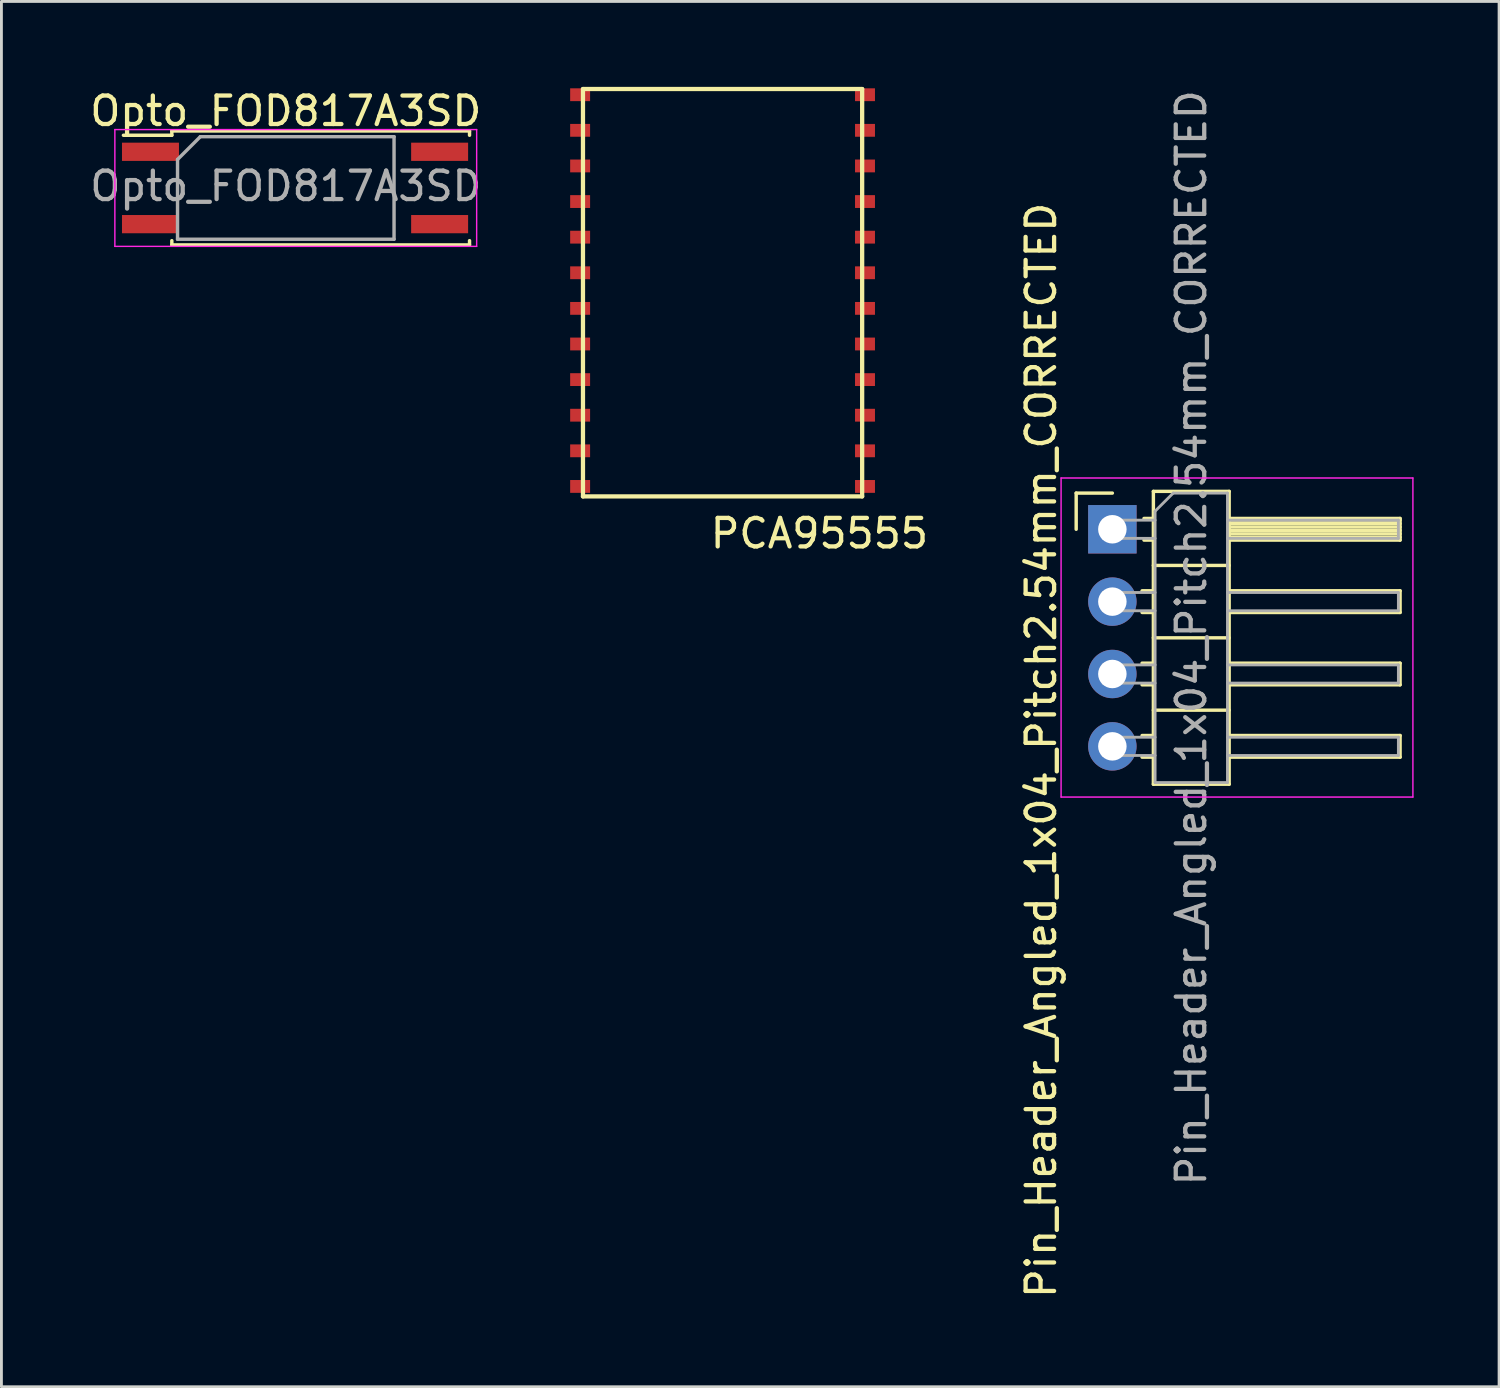
<source format=kicad_pcb>
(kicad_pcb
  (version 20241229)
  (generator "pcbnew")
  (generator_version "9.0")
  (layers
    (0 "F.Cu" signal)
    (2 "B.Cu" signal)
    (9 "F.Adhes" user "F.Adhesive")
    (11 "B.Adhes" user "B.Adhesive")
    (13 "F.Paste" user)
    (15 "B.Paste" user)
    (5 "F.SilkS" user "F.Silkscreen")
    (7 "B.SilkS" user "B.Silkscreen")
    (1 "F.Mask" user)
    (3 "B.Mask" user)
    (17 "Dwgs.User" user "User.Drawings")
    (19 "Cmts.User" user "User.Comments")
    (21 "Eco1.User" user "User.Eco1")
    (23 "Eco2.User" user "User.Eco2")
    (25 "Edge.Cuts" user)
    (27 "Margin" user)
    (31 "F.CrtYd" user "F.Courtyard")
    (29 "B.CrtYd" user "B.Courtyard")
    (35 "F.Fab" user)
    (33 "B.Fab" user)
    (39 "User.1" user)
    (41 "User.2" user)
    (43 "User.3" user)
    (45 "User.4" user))
  (footprint "Pin_Header_Angled_1x04_Pitch2.54mm_CORRECTED"
    (layer "F.Cu")
    (at 35.997 15.529)
    (property "Reference" "Pin_Header_Angled_1x04_Pitch2.54mm_CORRECTED" (at -2.5 7.76 90) (layer "F.SilkS") (effects (font (size 1 1) (thickness 0.15))))
    (attr through_hole)
    (fp_line (start -1.27 -1.27) (end 0 -1.27) (stroke (width 0.12) (type solid)) (layer "F.SilkS"))
    (fp_line (start -1.27 0) (end -1.27 -1.27) (stroke (width 0.12) (type solid)) (layer "F.SilkS"))
    (fp_line (start 1.043 2.16) (end 1.44 2.16) (stroke (width 0.12) (type solid)) (layer "F.SilkS"))
    (fp_line (start 1.043 2.92) (end 1.44 2.92) (stroke (width 0.12) (type solid)) (layer "F.SilkS"))
    (fp_line (start 1.043 4.7) (end 1.44 4.7) (stroke (width 0.12) (type solid)) (layer "F.SilkS"))
    (fp_line (start 1.043 5.46) (end 1.44 5.46) (stroke (width 0.12) (type solid)) (layer "F.SilkS"))
    (fp_line (start 1.043 7.24) (end 1.44 7.24) (stroke (width 0.12) (type solid)) (layer "F.SilkS"))
    (fp_line (start 1.043 8) (end 1.44 8) (stroke (width 0.12) (type solid)) (layer "F.SilkS"))
    (fp_line (start 1.11 -0.38) (end 1.44 -0.38) (stroke (width 0.12) (type solid)) (layer "F.SilkS"))
    (fp_line (start 1.11 0.38) (end 1.44 0.38) (stroke (width 0.12) (type solid)) (layer "F.SilkS"))
    (fp_line (start 1.44 -1.33) (end 1.44 8.95) (stroke (width 0.12) (type solid)) (layer "F.SilkS"))
    (fp_line (start 1.44 1.27) (end 4.1 1.27) (stroke (width 0.12) (type solid)) (layer "F.SilkS"))
    (fp_line (start 1.44 3.81) (end 4.1 3.81) (stroke (width 0.12) (type solid)) (layer "F.SilkS"))
    (fp_line (start 1.44 6.35) (end 4.1 6.35) (stroke (width 0.12) (type solid)) (layer "F.SilkS"))
    (fp_line (start 1.44 8.95) (end 4.1 8.95) (stroke (width 0.12) (type solid)) (layer "F.SilkS"))
    (fp_line (start 4.1 -1.33) (end 1.44 -1.33) (stroke (width 0.12) (type solid)) (layer "F.SilkS"))
    (fp_line (start 4.1 -0.38) (end 10.1 -0.38) (stroke (width 0.12) (type solid)) (layer "F.SilkS"))
    (fp_line (start 4.1 -0.32) (end 10.1 -0.32) (stroke (width 0.12) (type solid)) (layer "F.SilkS"))
    (fp_line (start 4.1 -0.2) (end 10.1 -0.2) (stroke (width 0.12) (type solid)) (layer "F.SilkS"))
    (fp_line (start 4.1 -0.08) (end 10.1 -0.08) (stroke (width 0.12) (type solid)) (layer "F.SilkS"))
    (fp_line (start 4.1 0.04) (end 10.1 0.04) (stroke (width 0.12) (type solid)) (layer "F.SilkS"))
    (fp_line (start 4.1 0.16) (end 10.1 0.16) (stroke (width 0.12) (type solid)) (layer "F.SilkS"))
    (fp_line (start 4.1 0.28) (end 10.1 0.28) (stroke (width 0.12) (type solid)) (layer "F.SilkS"))
    (fp_line (start 4.1 2.16) (end 10.1 2.16) (stroke (width 0.12) (type solid)) (layer "F.SilkS"))
    (fp_line (start 4.1 4.7) (end 10.1 4.7) (stroke (width 0.12) (type solid)) (layer "F.SilkS"))
    (fp_line (start 4.1 7.24) (end 10.1 7.24) (stroke (width 0.12) (type solid)) (layer "F.SilkS"))
    (fp_line (start 4.1 8.95) (end 4.1 -1.33) (stroke (width 0.12) (type solid)) (layer "F.SilkS"))
    (fp_line (start 10.1 -0.38) (end 10.1 0.38) (stroke (width 0.12) (type solid)) (layer "F.SilkS"))
    (fp_line (start 10.1 0.38) (end 4.1 0.38) (stroke (width 0.12) (type solid)) (layer "F.SilkS"))
    (fp_line (start 10.1 2.16) (end 10.1 2.92) (stroke (width 0.12) (type solid)) (layer "F.SilkS"))
    (fp_line (start 10.1 2.92) (end 4.1 2.92) (stroke (width 0.12) (type solid)) (layer "F.SilkS"))
    (fp_line (start 10.1 4.7) (end 10.1 5.46) (stroke (width 0.12) (type solid)) (layer "F.SilkS"))
    (fp_line (start 10.1 5.46) (end 4.1 5.46) (stroke (width 0.12) (type solid)) (layer "F.SilkS"))
    (fp_line (start 10.1 7.24) (end 10.1 8) (stroke (width 0.12) (type solid)) (layer "F.SilkS"))
    (fp_line (start 10.1 8) (end 4.1 8) (stroke (width 0.12) (type solid)) (layer "F.SilkS"))
    (fp_line (start -1.8 -1.8) (end -1.8 9.4) (stroke (width 0.05) (type solid)) (layer "F.CrtYd"))
    (fp_line (start -1.8 9.4) (end 10.55 9.4) (stroke (width 0.05) (type solid)) (layer "F.CrtYd"))
    (fp_line (start 10.55 -1.8) (end -1.8 -1.8) (stroke (width 0.05) (type solid)) (layer "F.CrtYd"))
    (fp_line (start 10.55 9.4) (end 10.55 -1.8) (stroke (width 0.05) (type solid)) (layer "F.CrtYd"))
    (fp_line (start -0.32 -0.32) (end -0.32 0.32) (stroke (width 0.1) (type solid)) (layer "F.Fab"))
    (fp_line (start -0.32 -0.32) (end 1.5 -0.32) (stroke (width 0.1) (type solid)) (layer "F.Fab"))
    (fp_line (start -0.32 0.32) (end 1.5 0.32) (stroke (width 0.1) (type solid)) (layer "F.Fab"))
    (fp_line (start -0.32 2.22) (end -0.32 2.86) (stroke (width 0.1) (type solid)) (layer "F.Fab"))
    (fp_line (start -0.32 2.22) (end 1.5 2.22) (stroke (width 0.1) (type solid)) (layer "F.Fab"))
    (fp_line (start -0.32 2.86) (end 1.5 2.86) (stroke (width 0.1) (type solid)) (layer "F.Fab"))
    (fp_line (start -0.32 4.76) (end -0.32 5.4) (stroke (width 0.1) (type solid)) (layer "F.Fab"))
    (fp_line (start -0.32 4.76) (end 1.5 4.76) (stroke (width 0.1) (type solid)) (layer "F.Fab"))
    (fp_line (start -0.32 5.4) (end 1.5 5.4) (stroke (width 0.1) (type solid)) (layer "F.Fab"))
    (fp_line (start -0.32 7.3) (end -0.32 7.94) (stroke (width 0.1) (type solid)) (layer "F.Fab"))
    (fp_line (start -0.32 7.3) (end 1.5 7.3) (stroke (width 0.1) (type solid)) (layer "F.Fab"))
    (fp_line (start -0.32 7.94) (end 1.5 7.94) (stroke (width 0.1) (type solid)) (layer "F.Fab"))
    (fp_line (start 1.5 -0.635) (end 2.135 -1.27) (stroke (width 0.1) (type solid)) (layer "F.Fab"))
    (fp_line (start 1.5 8.89) (end 1.5 -0.635) (stroke (width 0.1) (type solid)) (layer "F.Fab"))
    (fp_line (start 2.135 -1.27) (end 4.04 -1.27) (stroke (width 0.1) (type solid)) (layer "F.Fab"))
    (fp_line (start 4.04 -1.27) (end 4.04 8.89) (stroke (width 0.1) (type solid)) (layer "F.Fab"))
    (fp_line (start 4.04 -0.32) (end 10.04 -0.32) (stroke (width 0.1) (type solid)) (layer "F.Fab"))
    (fp_line (start 4.04 0.32) (end 10.04 0.32) (stroke (width 0.1) (type solid)) (layer "F.Fab"))
    (fp_line (start 4.04 2.22) (end 10.04 2.22) (stroke (width 0.1) (type solid)) (layer "F.Fab"))
    (fp_line (start 4.04 2.86) (end 10.04 2.86) (stroke (width 0.1) (type solid)) (layer "F.Fab"))
    (fp_line (start 4.04 4.76) (end 10.04 4.76) (stroke (width 0.1) (type solid)) (layer "F.Fab"))
    (fp_line (start 4.04 5.4) (end 10.04 5.4) (stroke (width 0.1) (type solid)) (layer "F.Fab"))
    (fp_line (start 4.04 7.3) (end 10.04 7.3) (stroke (width 0.1) (type solid)) (layer "F.Fab"))
    (fp_line (start 4.04 7.94) (end 10.04 7.94) (stroke (width 0.1) (type solid)) (layer "F.Fab"))
    (fp_line (start 4.04 8.89) (end 1.5 8.89) (stroke (width 0.1) (type solid)) (layer "F.Fab"))
    (fp_line (start 10.04 -0.32) (end 10.04 0.32) (stroke (width 0.1) (type solid)) (layer "F.Fab"))
    (fp_line (start 10.04 2.22) (end 10.04 2.86) (stroke (width 0.1) (type solid)) (layer "F.Fab"))
    (fp_line (start 10.04 4.76) (end 10.04 5.4) (stroke (width 0.1) (type solid)) (layer "F.Fab"))
    (fp_line (start 10.04 7.3) (end 10.04 7.94) (stroke (width 0.1) (type solid)) (layer "F.Fab"))
    (fp_text user "${REFERENCE}" (at 2.77 3.81 90) (layer "F.Fab") (effects (font (size 1 1) (thickness 0.15))))
    (pad "1" thru_hole rect (at 0 0) (size 1.7 1.7) (drill 1) (layers "*.Cu" "*.Mask"))
    (pad "2" thru_hole oval (at 0 2.54) (size 1.7 1.7) (drill 1) (layers "*.Cu" "*.Mask"))
    (pad "3" thru_hole oval (at 0 5.08) (size 1.7 1.7) (drill 1) (layers "*.Cu" "*.Mask"))
    (pad "4" thru_hole oval (at 0 7.62) (size 1.7 1.7) (drill 1) (layers "*.Cu" "*.Mask")))
  (footprint "Opto_FOD817A3SD"
    (layer "F.Cu")
    (at 6.982 3.548)
    (property "Reference" "Opto_FOD817A3SD" (at 0 -2.7 0) (layer "F.SilkS") (effects (font (size 1 1) (thickness 0.15))))
    (attr smd)
    (fp_line (start -4 -2) (end 6.45 -2) (stroke (width 0.12) (type solid)) (layer "F.SilkS"))
    (fp_line (start -4 -1.85) (end -5.7 -1.85) (stroke (width 0.12) (type solid)) (layer "F.SilkS"))
    (fp_line (start -4 -1.85) (end -4 -2) (stroke (width 0.12) (type solid)) (layer "F.SilkS"))
    (fp_line (start -4 2) (end -4 1.85) (stroke (width 0.12) (type solid)) (layer "F.SilkS"))
    (fp_line (start 6.45 -2) (end 6.45 -1.85) (stroke (width 0.12) (type solid)) (layer "F.SilkS"))
    (fp_line (start 6.45 1.85) (end 6.45 2) (stroke (width 0.12) (type solid)) (layer "F.SilkS"))
    (fp_line (start 6.45 2) (end -4 2) (stroke (width 0.12) (type solid)) (layer "F.SilkS"))
    (fp_line (start -6 -2.05) (end -6 2.05) (stroke (width 0.05) (type solid)) (layer "F.CrtYd"))
    (fp_line (start -6 -2.05) (end 6.7 -2.05) (stroke (width 0.05) (type solid)) (layer "F.CrtYd"))
    (fp_line (start 6.7 2.05) (end -6 2.05) (stroke (width 0.05) (type solid)) (layer "F.CrtYd"))
    (fp_line (start 6.7 2.05) (end 6.7 -2.05) (stroke (width 0.05) (type solid)) (layer "F.CrtYd"))
    (fp_line (start -3.8 -1) (end -3 -1.8) (stroke (width 0.12) (type solid)) (layer "F.Fab"))
    (fp_line (start -3.8 1.8) (end -3.8 -1) (stroke (width 0.12) (type solid)) (layer "F.Fab"))
    (fp_line (start -3 -1.8) (end 3.8 -1.8) (stroke (width 0.12) (type solid)) (layer "F.Fab"))
    (fp_line (start 3.8 -1.8) (end 3.8 1.8) (stroke (width 0.12) (type solid)) (layer "F.Fab"))
    (fp_line (start 3.8 1.8) (end -3.8 1.8) (stroke (width 0.12) (type solid)) (layer "F.Fab"))
    (fp_text user "${REFERENCE}" (at 0 -0.065 0) (layer "F.Fab") (effects (font (size 1 1) (thickness 0.15))))
    (pad "1" smd rect (at -4.75 -1.27) (size 2 0.64) (layers "F.Cu" "F.Mask" "F.Paste"))
    (pad "2" smd rect (at -4.75 1.27) (size 2 0.64) (layers "F.Cu" "F.Mask" "F.Paste"))
    (pad "3" smd rect (at 5.4 1.27) (size 2 0.64) (layers "F.Cu" "F.Mask" "F.Paste"))
    (pad "4" smd rect (at 5.4 -1.27) (size 2 0.64) (layers "F.Cu" "F.Mask" "F.Paste")))
  (footprint "PCA95555"
    (layer "F.Cu")
    (at 21.814 2.575)
    (property "Reference" "PCA95555" (at 3.9 13.1 0) (layer "F.SilkS") (effects (font (size 1 1) (thickness 0.15))))
    (attr through_hole)
    (fp_line (start -4.4 -2.5) (end -4.4 11.8) (stroke (width 0.15) (type solid)) (layer "F.SilkS"))
    (fp_line (start -4.4 11.8) (end 5.4 11.8) (stroke (width 0.15) (type solid)) (layer "F.SilkS"))
    (fp_line (start 5.4 -2.5) (end -4.4 -2.5) (stroke (width 0.15) (type solid)) (layer "F.SilkS"))
    (fp_line (start 5.4 11.8) (end 5.4 -2.5) (stroke (width 0.15) (type solid)) (layer "F.SilkS"))
    (pad "1" smd rect (at -4.5 -2.3) (size 0.7 0.45) (layers "F.Cu" "F.Mask" "F.Paste"))
    (pad "2" smd rect (at -4.5 -1.05) (size 0.7 0.45) (layers "F.Cu" "F.Mask" "F.Paste"))
    (pad "3" smd rect (at -4.5 0.2) (size 0.7 0.45) (layers "F.Cu" "F.Mask" "F.Paste"))
    (pad "4" smd rect (at -4.5 1.45) (size 0.7 0.45) (layers "F.Cu" "F.Mask" "F.Paste"))
    (pad "5" smd rect (at -4.5 2.7) (size 0.7 0.45) (layers "F.Cu" "F.Mask" "F.Paste"))
    (pad "6" smd rect (at -4.5 3.95) (size 0.7 0.45) (layers "F.Cu" "F.Mask" "F.Paste"))
    (pad "7" smd rect (at -4.5 5.2) (size 0.7 0.45) (layers "F.Cu" "F.Mask" "F.Paste"))
    (pad "8" smd rect (at -4.5 6.45) (size 0.7 0.45) (layers "F.Cu" "F.Mask" "F.Paste"))
    (pad "9" smd rect (at -4.5 7.7) (size 0.7 0.45) (layers "F.Cu" "F.Mask" "F.Paste"))
    (pad "10" smd rect (at -4.5 8.95) (size 0.7 0.45) (layers "F.Cu" "F.Mask" "F.Paste"))
    (pad "11" smd rect (at -4.5 10.2) (size 0.7 0.45) (layers "F.Cu" "F.Mask" "F.Paste"))
    (pad "12" smd rect (at -4.5 11.45) (size 0.7 0.45) (layers "F.Cu" "F.Mask" "F.Paste"))
    (pad "13" smd rect (at 5.5 11.45) (size 0.7 0.45) (layers "F.Cu" "F.Mask" "F.Paste"))
    (pad "14" smd rect (at 5.5 10.2) (size 0.7 0.45) (layers "F.Cu" "F.Mask" "F.Paste"))
    (pad "15" smd rect (at 5.5 8.95) (size 0.7 0.45) (layers "F.Cu" "F.Mask" "F.Paste"))
    (pad "16" smd rect (at 5.5 7.7) (size 0.7 0.45) (layers "F.Cu" "F.Mask" "F.Paste"))
    (pad "17" smd rect (at 5.5 6.45) (size 0.7 0.45) (layers "F.Cu" "F.Mask" "F.Paste"))
    (pad "18" smd rect (at 5.5 5.2) (size 0.7 0.45) (layers "F.Cu" "F.Mask" "F.Paste"))
    (pad "19" smd rect (at 5.5 3.95) (size 0.7 0.45) (layers "F.Cu" "F.Mask" "F.Paste"))
    (pad "20" smd rect (at 5.5 2.7) (size 0.7 0.45) (layers "F.Cu" "F.Mask" "F.Paste"))
    (pad "21" smd rect (at 5.5 1.45) (size 0.7 0.45) (layers "F.Cu" "F.Mask" "F.Paste"))
    (pad "22" smd rect (at 5.5 0.2) (size 0.7 0.45) (layers "F.Cu" "F.Mask" "F.Paste"))
    (pad "23" smd rect (at 5.5 -1.05) (size 0.7 0.45) (layers "F.Cu" "F.Mask" "F.Paste"))
    (pad "24" smd rect (at 5.5 -2.3) (size 0.7 0.45) (layers "F.Cu" "F.Mask" "F.Paste")))
  (gr_rect
    (start -3 -3)
    (end 49.572 45.629)
    (stroke (width 0.1) (type default))
    (fill no)
    (layer "Edge.Cuts")))
</source>
